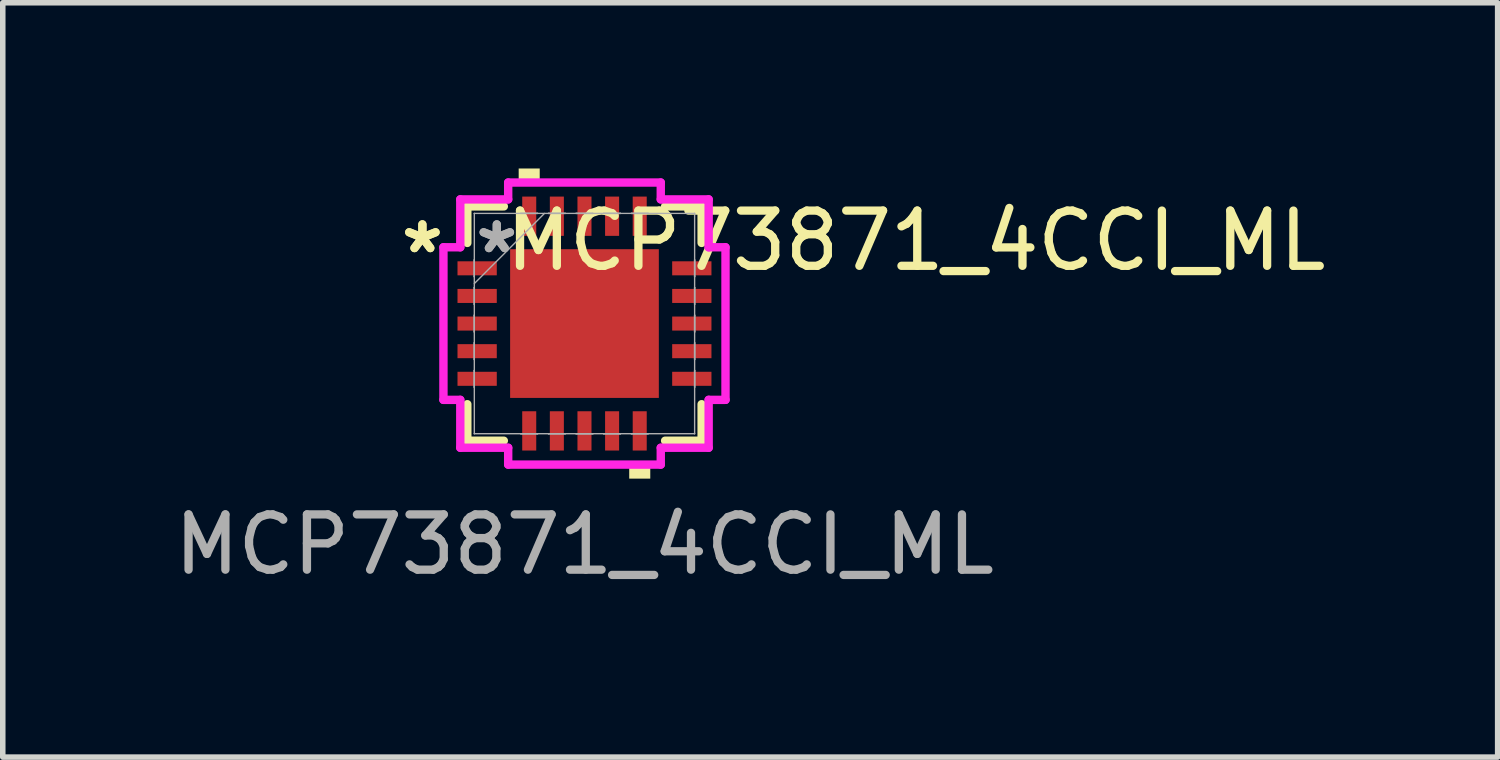
<source format=kicad_pcb>
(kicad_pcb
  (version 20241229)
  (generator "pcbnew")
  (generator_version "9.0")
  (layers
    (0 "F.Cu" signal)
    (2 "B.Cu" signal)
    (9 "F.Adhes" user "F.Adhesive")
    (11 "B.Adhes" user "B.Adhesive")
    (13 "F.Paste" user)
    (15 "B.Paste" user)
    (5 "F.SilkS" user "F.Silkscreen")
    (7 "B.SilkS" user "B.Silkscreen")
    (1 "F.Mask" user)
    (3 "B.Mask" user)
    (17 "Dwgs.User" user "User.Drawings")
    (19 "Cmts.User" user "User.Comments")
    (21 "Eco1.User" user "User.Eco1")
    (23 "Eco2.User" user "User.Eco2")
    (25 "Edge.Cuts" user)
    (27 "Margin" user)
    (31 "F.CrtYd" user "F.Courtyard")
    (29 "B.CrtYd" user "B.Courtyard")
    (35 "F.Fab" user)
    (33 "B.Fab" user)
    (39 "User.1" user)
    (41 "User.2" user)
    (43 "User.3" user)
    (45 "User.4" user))
  (footprint "MCP73871_4CCI_ML"
    (layer "F.Cu")
    (at 7.53 2.807)
    (property "Reference" "MCP73871_4CCI_ML" (at 6 -1.5 0) (unlocked yes) (layer "F.SilkS") (effects (font (size 1 1) (thickness 0.15))))
    (attr smd)
    (fp_line (start -2.121 -2.121) (end -2.121 -1.46) (stroke (width 0.152) (type solid)) (layer "F.SilkS"))
    (fp_line (start -2.121 1.46) (end -2.121 2.121) (stroke (width 0.152) (type solid)) (layer "F.SilkS"))
    (fp_line (start -2.121 2.121) (end -1.46 2.121) (stroke (width 0.152) (type solid)) (layer "F.SilkS"))
    (fp_line (start -1.46 -2.121) (end -2.121 -2.121) (stroke (width 0.152) (type solid)) (layer "F.SilkS"))
    (fp_line (start 1.46 2.121) (end 2.121 2.121) (stroke (width 0.152) (type solid)) (layer "F.SilkS"))
    (fp_line (start 2.121 -2.121) (end 1.46 -2.121) (stroke (width 0.152) (type solid)) (layer "F.SilkS"))
    (fp_line (start 2.121 -1.46) (end 2.121 -2.121) (stroke (width 0.152) (type solid)) (layer "F.SilkS"))
    (fp_line (start 2.121 2.121) (end 2.121 1.46) (stroke (width 0.152) (type solid)) (layer "F.SilkS"))
    (fp_poly (pts (xy -1.191 -2.553) (xy -1.191 -2.807) (xy -0.81 -2.807) (xy -0.81 -2.553)) (stroke (width 0) (type solid)) (fill yes) (layer "F.SilkS"))
    (fp_poly (pts (xy 0.81 2.553) (xy 0.81 2.807) (xy 1.191 2.807) (xy 1.191 2.553)) (stroke (width 0) (type solid)) (fill yes) (layer "F.SilkS"))
    (fp_poly (pts (xy -1.246 -1.246) (xy -1.246 -0.1) (xy -0.1 -0.1) (xy -0.1 -1.246)) (stroke (width 0) (type solid)) (fill yes) (layer "F.Paste"))
    (fp_poly (pts (xy -1.246 0.1) (xy -1.246 1.246) (xy -0.1 1.246) (xy -0.1 0.1)) (stroke (width 0) (type solid)) (fill yes) (layer "F.Paste"))
    (fp_poly (pts (xy 0.1 -1.246) (xy 0.1 -0.1) (xy 1.246 -0.1) (xy 1.246 -1.246)) (stroke (width 0) (type solid)) (fill yes) (layer "F.Paste"))
    (fp_poly (pts (xy 0.1 0.1) (xy 0.1 1.246) (xy 1.246 1.246) (xy 1.246 0.1)) (stroke (width 0) (type solid)) (fill yes) (layer "F.Paste"))
    (fp_line (start -2.553 -1.381) (end -2.248 -1.381) (stroke (width 0.152) (type solid)) (layer "F.CrtYd"))
    (fp_line (start -2.553 1.381) (end -2.553 -1.381) (stroke (width 0.152) (type solid)) (layer "F.CrtYd"))
    (fp_line (start -2.248 -2.248) (end -1.381 -2.248) (stroke (width 0.152) (type solid)) (layer "F.CrtYd"))
    (fp_line (start -2.248 -1.381) (end -2.248 -2.248) (stroke (width 0.152) (type solid)) (layer "F.CrtYd"))
    (fp_line (start -2.248 1.381) (end -2.553 1.381) (stroke (width 0.152) (type solid)) (layer "F.CrtYd"))
    (fp_line (start -2.248 2.248) (end -2.248 1.381) (stroke (width 0.152) (type solid)) (layer "F.CrtYd"))
    (fp_line (start -1.381 -2.553) (end 1.381 -2.553) (stroke (width 0.152) (type solid)) (layer "F.CrtYd"))
    (fp_line (start -1.381 -2.248) (end -1.381 -2.553) (stroke (width 0.152) (type solid)) (layer "F.CrtYd"))
    (fp_line (start -1.381 2.248) (end -2.248 2.248) (stroke (width 0.152) (type solid)) (layer "F.CrtYd"))
    (fp_line (start -1.381 2.553) (end -1.381 2.248) (stroke (width 0.152) (type solid)) (layer "F.CrtYd"))
    (fp_line (start 1.381 -2.553) (end 1.381 -2.248) (stroke (width 0.152) (type solid)) (layer "F.CrtYd"))
    (fp_line (start 1.381 -2.248) (end 2.248 -2.248) (stroke (width 0.152) (type solid)) (layer "F.CrtYd"))
    (fp_line (start 1.381 2.248) (end 1.381 2.553) (stroke (width 0.152) (type solid)) (layer "F.CrtYd"))
    (fp_line (start 1.381 2.553) (end -1.381 2.553) (stroke (width 0.152) (type solid)) (layer "F.CrtYd"))
    (fp_line (start 2.248 -2.248) (end 2.248 -1.381) (stroke (width 0.152) (type solid)) (layer "F.CrtYd"))
    (fp_line (start 2.248 -1.381) (end 2.553 -1.381) (stroke (width 0.152) (type solid)) (layer "F.CrtYd"))
    (fp_line (start 2.248 1.381) (end 2.248 2.248) (stroke (width 0.152) (type solid)) (layer "F.CrtYd"))
    (fp_line (start 2.248 2.248) (end 1.381 2.248) (stroke (width 0.152) (type solid)) (layer "F.CrtYd"))
    (fp_line (start 2.553 -1.381) (end 2.553 1.381) (stroke (width 0.152) (type solid)) (layer "F.CrtYd"))
    (fp_line (start 2.553 1.381) (end 2.248 1.381) (stroke (width 0.152) (type solid)) (layer "F.CrtYd"))
    (fp_line (start -1.994 -1.994) (end -1.994 -1.994) (stroke (width 0.025) (type solid)) (layer "F.Fab"))
    (fp_line (start -1.994 -1.994) (end -1.994 1.994) (stroke (width 0.025) (type solid)) (layer "F.Fab"))
    (fp_line (start -1.994 -1.152) (end -1.994 -1.152) (stroke (width 0.025) (type solid)) (layer "F.Fab"))
    (fp_line (start -1.994 -1.152) (end -1.994 -0.848) (stroke (width 0.025) (type solid)) (layer "F.Fab"))
    (fp_line (start -1.994 -0.848) (end -1.994 -1.152) (stroke (width 0.025) (type solid)) (layer "F.Fab"))
    (fp_line (start -1.994 -0.848) (end -1.994 -0.848) (stroke (width 0.025) (type solid)) (layer "F.Fab"))
    (fp_line (start -1.994 -0.724) (end -0.724 -1.994) (stroke (width 0.025) (type solid)) (layer "F.Fab"))
    (fp_line (start -1.994 -0.652) (end -1.994 -0.652) (stroke (width 0.025) (type solid)) (layer "F.Fab"))
    (fp_line (start -1.994 -0.652) (end -1.994 -0.348) (stroke (width 0.025) (type solid)) (layer "F.Fab"))
    (fp_line (start -1.994 -0.348) (end -1.994 -0.652) (stroke (width 0.025) (type solid)) (layer "F.Fab"))
    (fp_line (start -1.994 -0.348) (end -1.994 -0.348) (stroke (width 0.025) (type solid)) (layer "F.Fab"))
    (fp_line (start -1.994 -0.152) (end -1.994 -0.152) (stroke (width 0.025) (type solid)) (layer "F.Fab"))
    (fp_line (start -1.994 -0.152) (end -1.994 0.152) (stroke (width 0.025) (type solid)) (layer "F.Fab"))
    (fp_line (start -1.994 0.152) (end -1.994 -0.152) (stroke (width 0.025) (type solid)) (layer "F.Fab"))
    (fp_line (start -1.994 0.152) (end -1.994 0.152) (stroke (width 0.025) (type solid)) (layer "F.Fab"))
    (fp_line (start -1.994 0.348) (end -1.994 0.348) (stroke (width 0.025) (type solid)) (layer "F.Fab"))
    (fp_line (start -1.994 0.348) (end -1.994 0.652) (stroke (width 0.025) (type solid)) (layer "F.Fab"))
    (fp_line (start -1.994 0.652) (end -1.994 0.348) (stroke (width 0.025) (type solid)) (layer "F.Fab"))
    (fp_line (start -1.994 0.652) (end -1.994 0.652) (stroke (width 0.025) (type solid)) (layer "F.Fab"))
    (fp_line (start -1.994 0.848) (end -1.994 0.848) (stroke (width 0.025) (type solid)) (layer "F.Fab"))
    (fp_line (start -1.994 0.848) (end -1.994 1.152) (stroke (width 0.025) (type solid)) (layer "F.Fab"))
    (fp_line (start -1.994 1.152) (end -1.994 0.848) (stroke (width 0.025) (type solid)) (layer "F.Fab"))
    (fp_line (start -1.994 1.152) (end -1.994 1.152) (stroke (width 0.025) (type solid)) (layer "F.Fab"))
    (fp_line (start -1.994 1.994) (end -1.994 1.994) (stroke (width 0.025) (type solid)) (layer "F.Fab"))
    (fp_line (start -1.994 1.994) (end 1.994 1.994) (stroke (width 0.025) (type solid)) (layer "F.Fab"))
    (fp_line (start -1.152 -1.994) (end -1.152 -1.994) (stroke (width 0.025) (type solid)) (layer "F.Fab"))
    (fp_line (start -1.152 -1.994) (end -0.848 -1.994) (stroke (width 0.025) (type solid)) (layer "F.Fab"))
    (fp_line (start -1.152 1.994) (end -1.152 1.994) (stroke (width 0.025) (type solid)) (layer "F.Fab"))
    (fp_line (start -1.152 1.994) (end -0.848 1.994) (stroke (width 0.025) (type solid)) (layer "F.Fab"))
    (fp_line (start -0.848 -1.994) (end -1.152 -1.994) (stroke (width 0.025) (type solid)) (layer "F.Fab"))
    (fp_line (start -0.848 -1.994) (end -0.848 -1.994) (stroke (width 0.025) (type solid)) (layer "F.Fab"))
    (fp_line (start -0.848 1.994) (end -1.152 1.994) (stroke (width 0.025) (type solid)) (layer "F.Fab"))
    (fp_line (start -0.848 1.994) (end -0.848 1.994) (stroke (width 0.025) (type solid)) (layer "F.Fab"))
    (fp_line (start -0.652 -1.994) (end -0.652 -1.994) (stroke (width 0.025) (type solid)) (layer "F.Fab"))
    (fp_line (start -0.652 -1.994) (end -0.348 -1.994) (stroke (width 0.025) (type solid)) (layer "F.Fab"))
    (fp_line (start -0.652 1.994) (end -0.652 1.994) (stroke (width 0.025) (type solid)) (layer "F.Fab"))
    (fp_line (start -0.652 1.994) (end -0.348 1.994) (stroke (width 0.025) (type solid)) (layer "F.Fab"))
    (fp_line (start -0.348 -1.994) (end -0.652 -1.994) (stroke (width 0.025) (type solid)) (layer "F.Fab"))
    (fp_line (start -0.348 -1.994) (end -0.348 -1.994) (stroke (width 0.025) (type solid)) (layer "F.Fab"))
    (fp_line (start -0.348 1.994) (end -0.652 1.994) (stroke (width 0.025) (type solid)) (layer "F.Fab"))
    (fp_line (start -0.348 1.994) (end -0.348 1.994) (stroke (width 0.025) (type solid)) (layer "F.Fab"))
    (fp_line (start -0.152 -1.994) (end -0.152 -1.994) (stroke (width 0.025) (type solid)) (layer "F.Fab"))
    (fp_line (start -0.152 -1.994) (end 0.152 -1.994) (stroke (width 0.025) (type solid)) (layer "F.Fab"))
    (fp_line (start -0.152 1.994) (end -0.152 1.994) (stroke (width 0.025) (type solid)) (layer "F.Fab"))
    (fp_line (start -0.152 1.994) (end 0.152 1.994) (stroke (width 0.025) (type solid)) (layer "F.Fab"))
    (fp_line (start 0.152 -1.994) (end -0.152 -1.994) (stroke (width 0.025) (type solid)) (layer "F.Fab"))
    (fp_line (start 0.152 -1.994) (end 0.152 -1.994) (stroke (width 0.025) (type solid)) (layer "F.Fab"))
    (fp_line (start 0.152 1.994) (end -0.152 1.994) (stroke (width 0.025) (type solid)) (layer "F.Fab"))
    (fp_line (start 0.152 1.994) (end 0.152 1.994) (stroke (width 0.025) (type solid)) (layer "F.Fab"))
    (fp_line (start 0.348 -1.994) (end 0.348 -1.994) (stroke (width 0.025) (type solid)) (layer "F.Fab"))
    (fp_line (start 0.348 -1.994) (end 0.652 -1.994) (stroke (width 0.025) (type solid)) (layer "F.Fab"))
    (fp_line (start 0.348 1.994) (end 0.348 1.994) (stroke (width 0.025) (type solid)) (layer "F.Fab"))
    (fp_line (start 0.348 1.994) (end 0.652 1.994) (stroke (width 0.025) (type solid)) (layer "F.Fab"))
    (fp_line (start 0.652 -1.994) (end 0.348 -1.994) (stroke (width 0.025) (type solid)) (layer "F.Fab"))
    (fp_line (start 0.652 -1.994) (end 0.652 -1.994) (stroke (width 0.025) (type solid)) (layer "F.Fab"))
    (fp_line (start 0.652 1.994) (end 0.348 1.994) (stroke (width 0.025) (type solid)) (layer "F.Fab"))
    (fp_line (start 0.652 1.994) (end 0.652 1.994) (stroke (width 0.025) (type solid)) (layer "F.Fab"))
    (fp_line (start 0.848 -1.994) (end 0.848 -1.994) (stroke (width 0.025) (type solid)) (layer "F.Fab"))
    (fp_line (start 0.848 -1.994) (end 1.152 -1.994) (stroke (width 0.025) (type solid)) (layer "F.Fab"))
    (fp_line (start 0.848 1.994) (end 0.848 1.994) (stroke (width 0.025) (type solid)) (layer "F.Fab"))
    (fp_line (start 0.848 1.994) (end 1.152 1.994) (stroke (width 0.025) (type solid)) (layer "F.Fab"))
    (fp_line (start 1.152 -1.994) (end 0.848 -1.994) (stroke (width 0.025) (type solid)) (layer "F.Fab"))
    (fp_line (start 1.152 -1.994) (end 1.152 -1.994) (stroke (width 0.025) (type solid)) (layer "F.Fab"))
    (fp_line (start 1.152 1.994) (end 0.848 1.994) (stroke (width 0.025) (type solid)) (layer "F.Fab"))
    (fp_line (start 1.152 1.994) (end 1.152 1.994) (stroke (width 0.025) (type solid)) (layer "F.Fab"))
    (fp_line (start 1.994 -1.994) (end -1.994 -1.994) (stroke (width 0.025) (type solid)) (layer "F.Fab"))
    (fp_line (start 1.994 -1.994) (end 1.994 -1.994) (stroke (width 0.025) (type solid)) (layer "F.Fab"))
    (fp_line (start 1.994 -1.152) (end 1.994 -1.152) (stroke (width 0.025) (type solid)) (layer "F.Fab"))
    (fp_line (start 1.994 -1.152) (end 1.994 -0.848) (stroke (width 0.025) (type solid)) (layer "F.Fab"))
    (fp_line (start 1.994 -0.848) (end 1.994 -1.152) (stroke (width 0.025) (type solid)) (layer "F.Fab"))
    (fp_line (start 1.994 -0.848) (end 1.994 -0.848) (stroke (width 0.025) (type solid)) (layer "F.Fab"))
    (fp_line (start 1.994 -0.652) (end 1.994 -0.652) (stroke (width 0.025) (type solid)) (layer "F.Fab"))
    (fp_line (start 1.994 -0.652) (end 1.994 -0.348) (stroke (width 0.025) (type solid)) (layer "F.Fab"))
    (fp_line (start 1.994 -0.348) (end 1.994 -0.652) (stroke (width 0.025) (type solid)) (layer "F.Fab"))
    (fp_line (start 1.994 -0.348) (end 1.994 -0.348) (stroke (width 0.025) (type solid)) (layer "F.Fab"))
    (fp_line (start 1.994 -0.152) (end 1.994 -0.152) (stroke (width 0.025) (type solid)) (layer "F.Fab"))
    (fp_line (start 1.994 -0.152) (end 1.994 0.152) (stroke (width 0.025) (type solid)) (layer "F.Fab"))
    (fp_line (start 1.994 0.152) (end 1.994 -0.152) (stroke (width 0.025) (type solid)) (layer "F.Fab"))
    (fp_line (start 1.994 0.152) (end 1.994 0.152) (stroke (width 0.025) (type solid)) (layer "F.Fab"))
    (fp_line (start 1.994 0.348) (end 1.994 0.348) (stroke (width 0.025) (type solid)) (layer "F.Fab"))
    (fp_line (start 1.994 0.348) (end 1.994 0.652) (stroke (width 0.025) (type solid)) (layer "F.Fab"))
    (fp_line (start 1.994 0.652) (end 1.994 0.348) (stroke (width 0.025) (type solid)) (layer "F.Fab"))
    (fp_line (start 1.994 0.652) (end 1.994 0.652) (stroke (width 0.025) (type solid)) (layer "F.Fab"))
    (fp_line (start 1.994 0.848) (end 1.994 0.848) (stroke (width 0.025) (type solid)) (layer "F.Fab"))
    (fp_line (start 1.994 0.848) (end 1.994 1.152) (stroke (width 0.025) (type solid)) (layer "F.Fab"))
    (fp_line (start 1.994 1.152) (end 1.994 0.848) (stroke (width 0.025) (type solid)) (layer "F.Fab"))
    (fp_line (start 1.994 1.152) (end 1.994 1.152) (stroke (width 0.025) (type solid)) (layer "F.Fab"))
    (fp_line (start 1.994 1.994) (end 1.994 -1.994) (stroke (width 0.025) (type solid)) (layer "F.Fab"))
    (fp_line (start 1.994 1.994) (end 1.994 1.994) (stroke (width 0.025) (type solid)) (layer "F.Fab"))
    (fp_text user "*" (at -2.934 -1.25 0) (unlocked yes) (layer "F.SilkS") (effects (font (size 1 1) (thickness 0.15))))
    (fp_text user "*" (at -2.934 -1.25 0) (layer "F.SilkS") (effects (font (size 1 1) (thickness 0.15))))
    (fp_text user "*" (at -1.587 -1.25 0) (unlocked yes) (layer "F.Fab") (effects (font (size 1 1) (thickness 0.15))))
    (fp_text user "MCP73871_4CCI_ML" (at 0 4 0) (unlocked yes) (layer "F.Fab") (effects (font (size 1 1) (thickness 0.15))))
    (fp_text user "*" (at -1.587 -1.25 0) (layer "F.Fab") (effects (font (size 1 1) (thickness 0.15))))
    (pad "1" smd rect (at -1.943 -1 90) (size 0.254 0.711) (layers "F.Cu" "F.Mask" "F.Paste"))
    (pad "2" smd rect (at -1.943 -0.5 90) (size 0.254 0.711) (layers "F.Cu" "F.Mask" "F.Paste"))
    (pad "3" smd rect (at -1.943 0 90) (size 0.254 0.711) (layers "F.Cu" "F.Mask" "F.Paste"))
    (pad "4" smd rect (at -1.943 0.5 90) (size 0.254 0.711) (layers "F.Cu" "F.Mask" "F.Paste"))
    (pad "5" smd rect (at -1.943 1 90) (size 0.254 0.711) (layers "F.Cu" "F.Mask" "F.Paste"))
    (pad "6" smd rect (at -1 1.943) (size 0.254 0.711) (layers "F.Cu" "F.Mask" "F.Paste"))
    (pad "7" smd rect (at -0.5 1.943) (size 0.254 0.711) (layers "F.Cu" "F.Mask" "F.Paste"))
    (pad "8" smd rect (at 0 1.943) (size 0.254 0.711) (layers "F.Cu" "F.Mask" "F.Paste"))
    (pad "9" smd rect (at 0.5 1.943) (size 0.254 0.711) (layers "F.Cu" "F.Mask" "F.Paste"))
    (pad "10" smd rect (at 1 1.943) (size 0.254 0.711) (layers "F.Cu" "F.Mask" "F.Paste"))
    (pad "11" smd rect (at 1.943 1 90) (size 0.254 0.711) (layers "F.Cu" "F.Mask" "F.Paste"))
    (pad "12" smd rect (at 1.943 0.5 90) (size 0.254 0.711) (layers "F.Cu" "F.Mask" "F.Paste"))
    (pad "13" smd rect (at 1.943 0 90) (size 0.254 0.711) (layers "F.Cu" "F.Mask" "F.Paste"))
    (pad "14" smd rect (at 1.943 -0.5 90) (size 0.254 0.711) (layers "F.Cu" "F.Mask" "F.Paste"))
    (pad "15" smd rect (at 1.943 -1 90) (size 0.254 0.711) (layers "F.Cu" "F.Mask" "F.Paste"))
    (pad "16" smd rect (at 1 -1.943) (size 0.254 0.711) (layers "F.Cu" "F.Mask" "F.Paste"))
    (pad "17" smd rect (at 0.5 -1.943) (size 0.254 0.711) (layers "F.Cu" "F.Mask" "F.Paste"))
    (pad "18" smd rect (at 0 -1.943) (size 0.254 0.711) (layers "F.Cu" "F.Mask" "F.Paste"))
    (pad "19" smd rect (at -0.5 -1.943) (size 0.254 0.711) (layers "F.Cu" "F.Mask" "F.Paste"))
    (pad "20" smd rect (at -1 -1.943) (size 0.254 0.711) (layers "F.Cu" "F.Mask" "F.Paste"))
    (pad "21" smd rect (at 0 0) (size 2.692 2.692) (layers "F.Cu" "F.Mask" "F.Paste")))
  (gr_rect
    (start -3 -3)
    (end 24.06 10.655)
    (stroke (width 0.1) (type default))
    (fill no)
    (layer "Edge.Cuts")))
</source>
